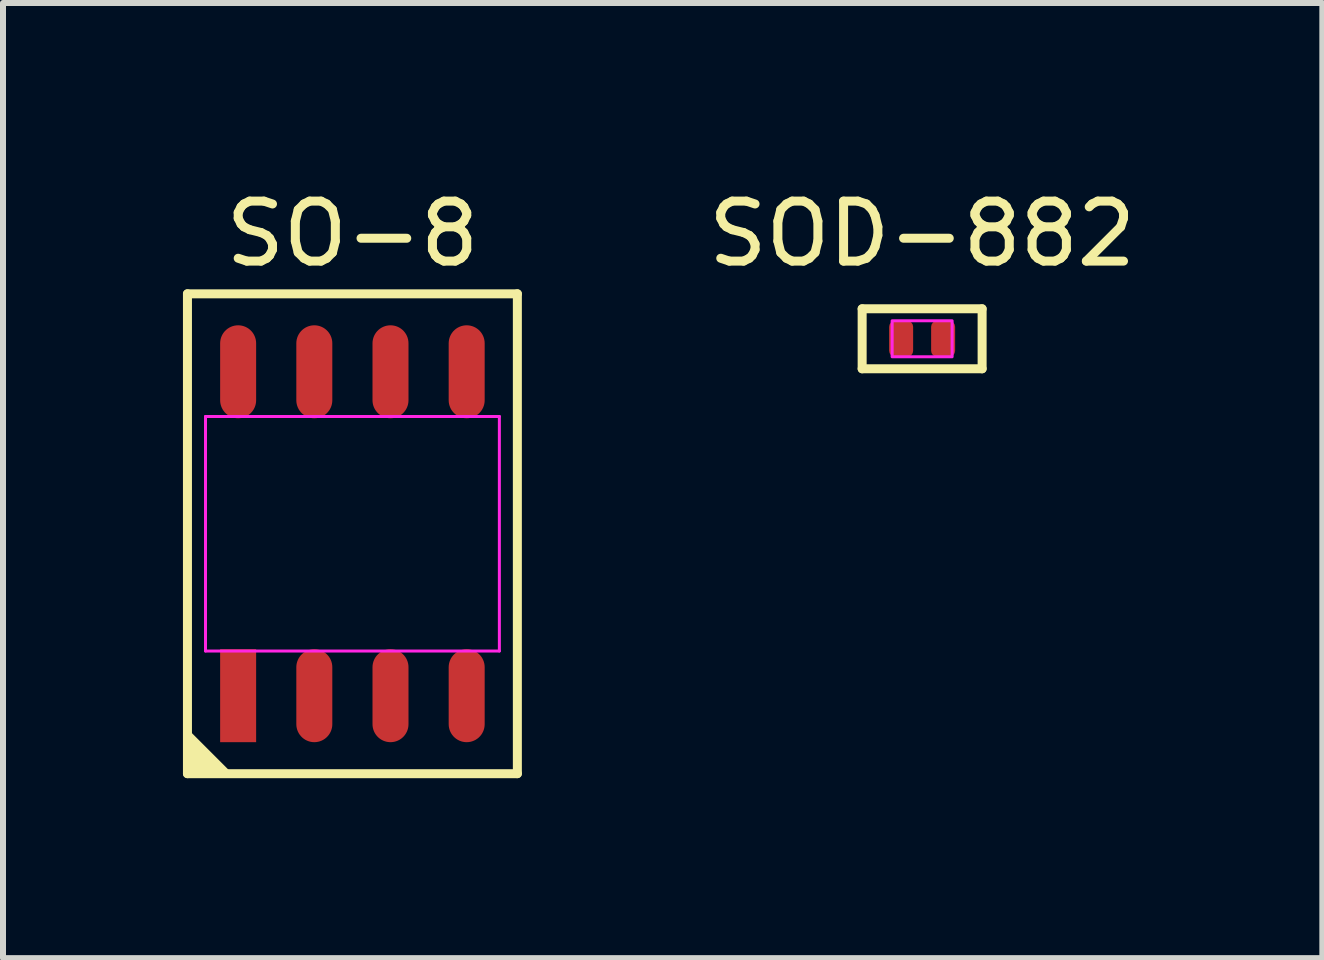
<source format=kicad_pcb>
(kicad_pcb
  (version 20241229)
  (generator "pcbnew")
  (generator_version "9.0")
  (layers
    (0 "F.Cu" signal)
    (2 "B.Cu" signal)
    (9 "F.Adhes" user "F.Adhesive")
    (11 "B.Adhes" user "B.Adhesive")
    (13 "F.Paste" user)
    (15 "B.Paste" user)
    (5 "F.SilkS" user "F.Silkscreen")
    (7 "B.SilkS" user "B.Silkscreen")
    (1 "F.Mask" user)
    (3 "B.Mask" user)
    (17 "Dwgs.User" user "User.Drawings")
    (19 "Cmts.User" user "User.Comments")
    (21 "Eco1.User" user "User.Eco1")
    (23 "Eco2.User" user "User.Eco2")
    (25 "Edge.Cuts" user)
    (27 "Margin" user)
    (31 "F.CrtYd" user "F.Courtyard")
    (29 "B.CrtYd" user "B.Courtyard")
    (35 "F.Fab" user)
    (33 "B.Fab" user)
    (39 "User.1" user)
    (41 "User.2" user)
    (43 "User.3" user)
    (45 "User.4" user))
  (footprint "SO-8"
    (layer "F.Cu")
    (at 2.825 5.848)
    (property "Reference" "SO-8" (at 0.001 -5 0) (layer "F.SilkS") (effects (font (size 1 1) (thickness 0.15))))
    (fp_line (start -2.75 4) (end -2.75 -4) (stroke (width 0.15) (type solid)) (layer "F.SilkS"))
    (fp_line (start 2.75 -4) (end -2.75 -4) (stroke (width 0.15) (type solid)) (layer "F.SilkS"))
    (fp_line (start 2.75 4) (end -2.75 4) (stroke (width 0.15) (type solid)) (layer "F.SilkS"))
    (fp_line (start 2.75 4) (end 2.75 -4) (stroke (width 0.15) (type solid)) (layer "F.SilkS"))
    (fp_poly (pts (xy -2.75 4) (xy -2 4) (xy -2.75 3.25)) (stroke (width 0) (type default)) (fill yes) (layer "F.SilkS"))
    (fp_line (start -2.449 -1.955) (end 2.45 -1.955) (stroke (width 0.05) (type solid)) (layer "F.CrtYd"))
    (fp_line (start -2.449 1.955) (end -2.449 -1.955) (stroke (width 0.05) (type solid)) (layer "F.CrtYd"))
    (fp_line (start -2.449 1.955) (end 2.45 1.955) (stroke (width 0.05) (type solid)) (layer "F.CrtYd"))
    (fp_line (start 2.45 1.955) (end 2.45 -1.955) (stroke (width 0.05) (type solid)) (layer "F.CrtYd"))
    (pad "1" smd rect (at -1.905 2.7 90) (size 1.55 0.6) (layers "F.Cu" "F.Mask" "F.Paste"))
    (pad "2" smd oval (at -0.635 2.7 90) (size 1.55 0.6) (layers "F.Cu" "F.Mask" "F.Paste"))
    (pad "3" smd oval (at 0.635 2.7 90) (size 1.55 0.6) (layers "F.Cu" "F.Mask" "F.Paste"))
    (pad "4" smd oval (at 1.905 2.7 90) (size 1.55 0.6) (layers "F.Cu" "F.Mask" "F.Paste"))
    (pad "5" smd oval (at 1.905 -2.7 90) (size 1.55 0.6) (layers "F.Cu" "F.Mask" "F.Paste"))
    (pad "6" smd oval (at 0.635 -2.7 90) (size 1.55 0.6) (layers "F.Cu" "F.Mask" "F.Paste"))
    (pad "7" smd oval (at -0.635 -2.7 90) (size 1.55 0.6) (layers "F.Cu" "F.Mask" "F.Paste"))
    (pad "8" smd oval (at -1.905 -2.7 90) (size 1.55 0.6) (layers "F.Cu" "F.Mask" "F.Paste")))
  (footprint "SOD-882"
    (layer "F.Cu")
    (at 12.323 2.598)
    (property "Reference" "SOD-882" (at 0 -1.75 0) (layer "F.SilkS") (effects (font (size 1 1) (thickness 0.15))))
    (fp_line (start -1 -0.5) (end 1 -0.5) (stroke (width 0.15) (type solid)) (layer "F.SilkS"))
    (fp_line (start -1 0.5) (end -1 -0.5) (stroke (width 0.15) (type solid)) (layer "F.SilkS"))
    (fp_line (start -1 0.5) (end 1 0.5) (stroke (width 0.15) (type solid)) (layer "F.SilkS"))
    (fp_line (start 1 0.5) (end 1 -0.5) (stroke (width 0.15) (type solid)) (layer "F.SilkS"))
    (fp_rect (start -0.5 -0.3) (end 0.5 0.3) (stroke (width 0.05) (type solid)) (fill no) (layer "F.CrtYd"))
    (pad "1" smd roundrect (at -0.35 0) (size 0.4 0.6) (layers "F.Cu" "F.Mask" "F.Paste") (roundrect_rratio 0.25))
    (pad "2" smd roundrect (at 0.35 0) (size 0.4 0.6) (layers "F.Cu" "F.Mask" "F.Paste") (roundrect_rratio 0.25)))
  (gr_rect
    (start -3 -3)
    (end 18.995 12.923)
    (stroke (width 0.1) (type default))
    (fill no)
    (layer "Edge.Cuts")))
</source>
